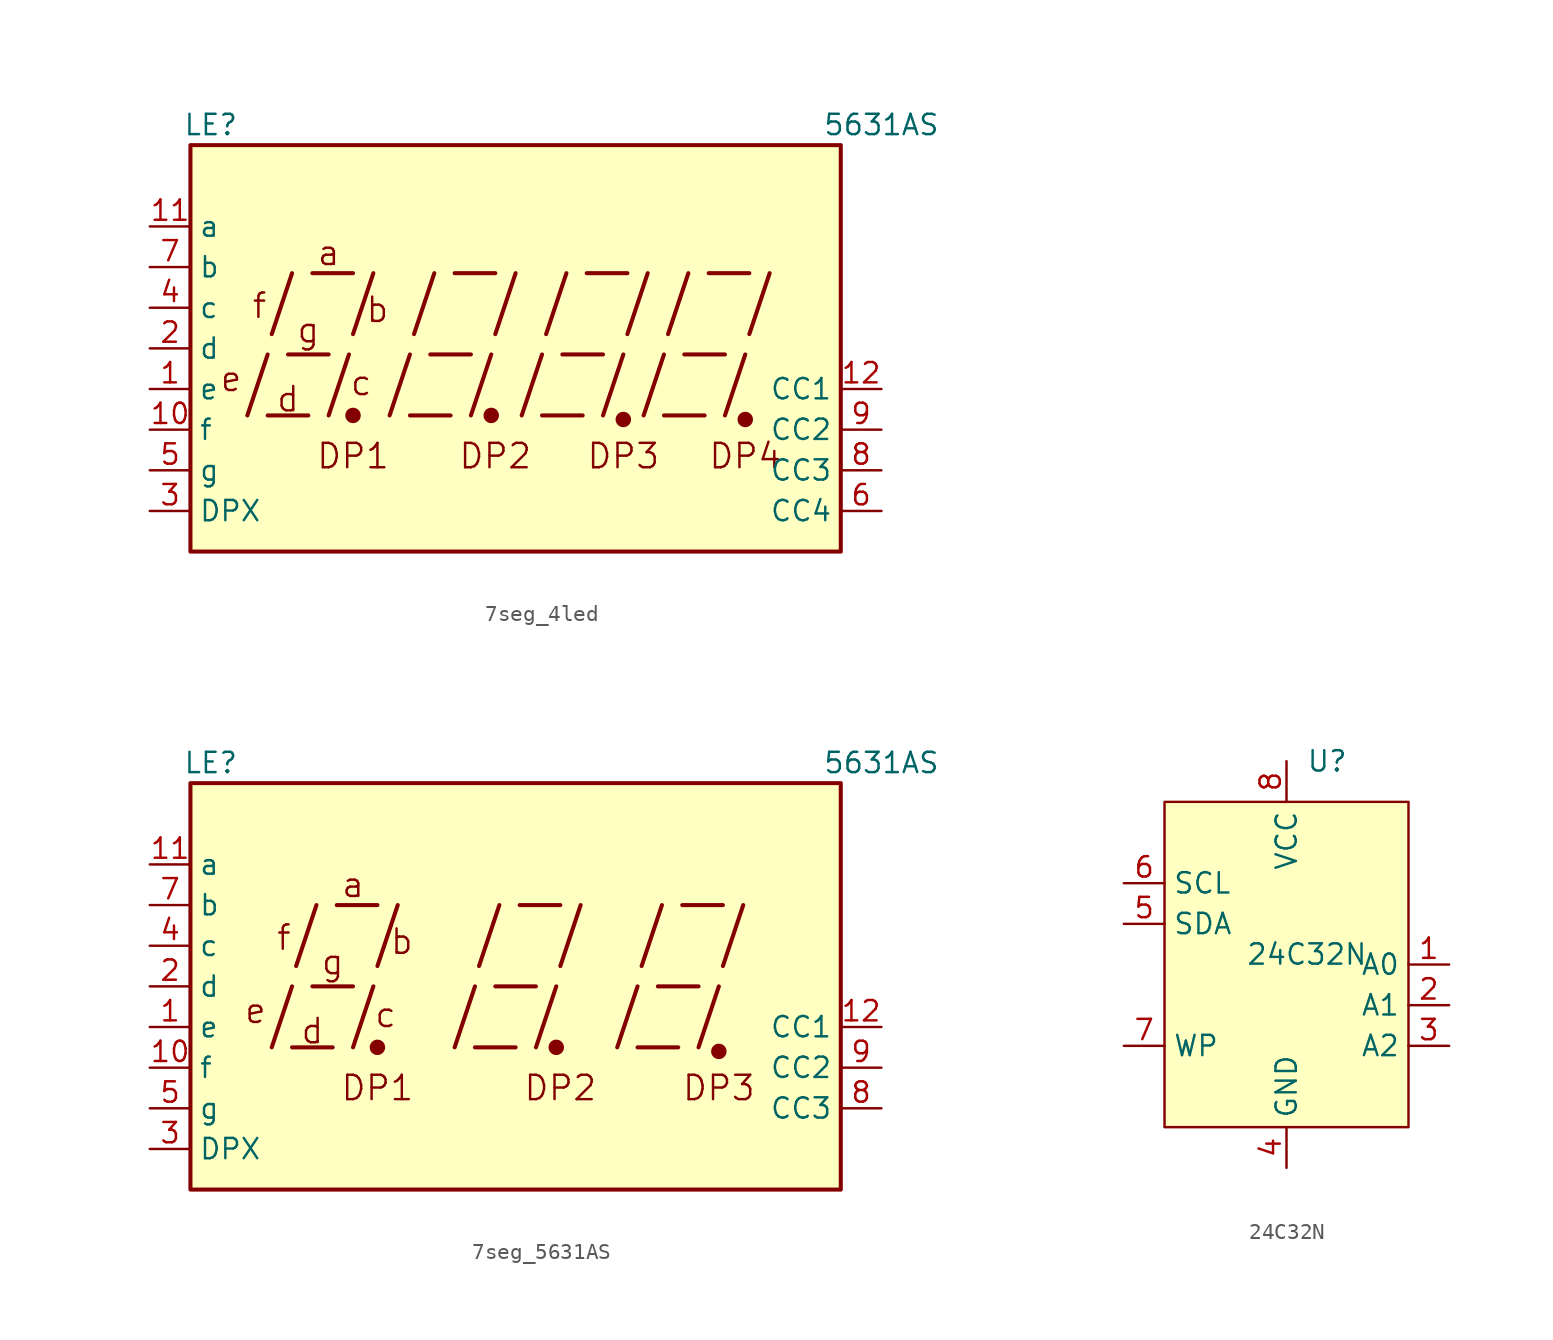
<source format=kicad_sym>
(kicad_symbol_lib
  (version 20220914)
  (generator kicad_symbol_editor)
  (symbol "7seg_4led"
    (property "Reference" "LE"
      (at -19.05 13.97 0)
      (effects (font (size 1.27 1.27))))
    (property "Value" "5631AS"
      (at 22.86 13.97 0)
      (effects (font (size 1.27 1.27))))
    (symbol "7seg_4led_0_0"
      (rectangle (start -20.32 12.7) (end 20.32 -12.7) (stroke (width 0.254) (type default)) (fill (type background)))
      (polyline (pts (xy -16.764 -4.191) (xy -15.494 -0.381)) (stroke (width 0.254) (type default)) (fill (type none)))
      (polyline (pts (xy -15.494 -4.191) (xy -12.954 -4.191)) (stroke (width 0.254) (type default)) (fill (type none)))
      (polyline (pts (xy -15.24 0.889) (xy -13.97 4.699)) (stroke (width 0.254) (type default)) (fill (type none)))
      (polyline (pts (xy -14.224 -0.381) (xy -11.684 -0.381)) (stroke (width 0.254) (type default)) (fill (type none)))
      (polyline (pts (xy -12.7 4.699) (xy -10.16 4.699)) (stroke (width 0.254) (type default)) (fill (type none)))
      (polyline (pts (xy -11.684 -4.191) (xy -10.414 -0.381)) (stroke (width 0.254) (type default)) (fill (type none)))
      (polyline (pts (xy -10.16 0.889) (xy -8.89 4.699)) (stroke (width 0.254) (type default)) (fill (type none)))
      (polyline (pts (xy -7.874 -4.191) (xy -6.604 -0.381)) (stroke (width 0.254) (type default)) (fill (type none)))
      (polyline (pts (xy -6.604 -4.191) (xy -4.064 -4.191)) (stroke (width 0.254) (type default)) (fill (type none)))
      (polyline (pts (xy -6.35 0.889) (xy -5.08 4.699)) (stroke (width 0.254) (type default)) (fill (type none)))
      (polyline (pts (xy -5.334 -0.381) (xy -2.794 -0.381)) (stroke (width 0.254) (type default)) (fill (type none)))
      (polyline (pts (xy -3.81 4.699) (xy -1.27 4.699)) (stroke (width 0.254) (type default)) (fill (type none)))
      (polyline (pts (xy -2.794 -4.191) (xy -1.524 -0.381)) (stroke (width 0.254) (type default)) (fill (type none)))
      (polyline (pts (xy -1.27 0.889) (xy 0 4.699)) (stroke (width 0.254) (type default)) (fill (type none)))
      (polyline (pts (xy 0.381 -4.191) (xy 1.651 -0.381)) (stroke (width 0.254) (type default)) (fill (type none)))
      (polyline (pts (xy 1.651 -4.191) (xy 4.191 -4.191)) (stroke (width 0.254) (type default)) (fill (type none)))
      (polyline (pts (xy 1.905 0.889) (xy 3.175 4.699)) (stroke (width 0.254) (type default)) (fill (type none)))
      (polyline (pts (xy 2.921 -0.381) (xy 5.461 -0.381)) (stroke (width 0.254) (type default)) (fill (type none)))
      (polyline (pts (xy 4.445 4.699) (xy 6.985 4.699)) (stroke (width 0.254) (type default)) (fill (type none)))
      (polyline (pts (xy 5.461 -4.191) (xy 6.731 -0.381)) (stroke (width 0.254) (type default)) (fill (type none)))
      (polyline (pts (xy 6.985 0.889) (xy 8.255 4.699)) (stroke (width 0.254) (type default)) (fill (type none)))
      (polyline (pts (xy 8.001 -4.191) (xy 9.271 -0.381)) (stroke (width 0.254) (type default)) (fill (type none)))
      (polyline (pts (xy 9.271 -4.191) (xy 11.811 -4.191)) (stroke (width 0.254) (type default)) (fill (type none)))
      (polyline (pts (xy 9.525 0.889) (xy 10.795 4.699)) (stroke (width 0.254) (type default)) (fill (type none)))
      (polyline (pts (xy 10.541 -0.381) (xy 13.081 -0.381)) (stroke (width 0.254) (type default)) (fill (type none)))
      (polyline (pts (xy 12.065 4.699) (xy 14.605 4.699)) (stroke (width 0.254) (type default)) (fill (type none)))
      (polyline (pts (xy 13.081 -4.191) (xy 14.351 -0.381)) (stroke (width 0.254) (type default)) (fill (type none)))
      (polyline (pts (xy 14.605 0.889) (xy 15.875 4.699)) (stroke (width 0.254) (type default)) (fill (type none)))
      (text "a" (at -11.684 5.969 0) (effects (font (size 1.524 1.524))))
      (text "b" (at -8.636 2.413 0) (effects (font (size 1.524 1.524))))
      (text "c" (at -9.652 -2.159 0) (effects (font (size 1.524 1.524))))
      (text "d" (at -14.224 -3.175 0) (effects (font (size 1.524 1.524))))
      (text "DP1" (at -10.16 -6.731 0) (effects (font (size 1.524 1.524))))
      (text "DP2" (at -1.27 -6.731 0) (effects (font (size 1.524 1.524))))
      (text "DP3" (at 6.731 -6.731 0) (effects (font (size 1.524 1.524))))
      (text "e" (at -17.78 -1.905 0) (effects (font (size 1.524 1.524))))
      (text "f" (at -16.002 2.667 0) (effects (font (size 1.524 1.524))))
      (text "g" (at -12.954 1.143 0) (effects (font (size 1.524 1.524)))))
    (symbol "7seg_4led_0_1"
      (circle (center -10.16 -4.191) (radius 0.356) (stroke (width 0.254) (type default)) (fill (type outline)))
      (circle (center -1.524 -4.191) (radius 0.356) (stroke (width 0.254) (type default)) (fill (type outline))))
    (symbol "7seg_4led_1_0"
      (circle (center 6.731 -4.445) (radius 0.356) (stroke (width 0.254) (type default)) (fill (type outline)))
      (circle (center 14.351 -4.445) (radius 0.356) (stroke (width 0.254) (type default)) (fill (type outline)))
      (text "DP4" (at 14.351 -6.731 0) (effects (font (size 1.524 1.524)))))
    (symbol "7seg_4led_1_1"
      (pin input line (at -22.86 -2.54 0) (length 2.54) (name "e" (effects (font (size 1.27 1.27)))) (number "1" (effects (font (size 1.27 1.27)))))
      (pin input line (at -22.86 -5.08 0) (length 2.54) (name "f" (effects (font (size 1.27 1.27)))) (number "10" (effects (font (size 1.27 1.27)))))
      (pin input line (at -22.86 7.62 0) (length 2.54) (name "a" (effects (font (size 1.27 1.27)))) (number "11" (effects (font (size 1.27 1.27)))))
      (pin input line (at 22.86 -2.54 180) (length 2.54) (name "CC1" (effects (font (size 1.27 1.27)))) (number "12" (effects (font (size 1.27 1.27)))))
      (pin input line (at -22.86 0 0) (length 2.54) (name "d" (effects (font (size 1.27 1.27)))) (number "2" (effects (font (size 1.27 1.27)))))
      (pin input line (at -22.86 -10.16 0) (length 2.54) (name "DPX" (effects (font (size 1.27 1.27)))) (number "3" (effects (font (size 1.27 1.27)))))
      (pin input line (at -22.86 2.54 0) (length 2.54) (name "c" (effects (font (size 1.27 1.27)))) (number "4" (effects (font (size 1.27 1.27)))))
      (pin input line (at -22.86 -7.62 0) (length 2.54) (name "g" (effects (font (size 1.27 1.27)))) (number "5" (effects (font (size 1.27 1.27)))))
      (pin input line (at 22.86 -10.16 180) (length 2.54) (name "CC4" (effects (font (size 1.27 1.27)))) (number "6" (effects (font (size 1.27 1.27)))))
      (pin input line (at -22.86 5.08 0) (length 2.54) (name "b" (effects (font (size 1.27 1.27)))) (number "7" (effects (font (size 1.27 1.27)))))
      (pin input line (at 22.86 -7.62 180) (length 2.54) (name "CC3" (effects (font (size 1.27 1.27)))) (number "8" (effects (font (size 1.27 1.27)))))
      (pin input line (at 22.86 -5.08 180) (length 2.54) (name "CC2" (effects (font (size 1.27 1.27)))) (number "9" (effects (font (size 1.27 1.27)))))))
  (symbol "7seg_5631AS"
    (property "Reference" "LE"
      (at -19.05 13.97 0)
      (effects (font (size 1.27 1.27))))
    (property "Value" "5631AS"
      (at 22.86 13.97 0)
      (effects (font (size 1.27 1.27))))
    (symbol "7seg_5631AS_0_0"
      (rectangle (start -20.32 12.7) (end 20.32 -12.7) (stroke (width 0.254) (type default)) (fill (type background)))
      (polyline (pts (xy -15.24 -3.81) (xy -13.97 0)) (stroke (width 0.254) (type default)) (fill (type none)))
      (polyline (pts (xy -13.97 -3.81) (xy -11.43 -3.81)) (stroke (width 0.254) (type default)) (fill (type none)))
      (polyline (pts (xy -13.716 1.27) (xy -12.446 5.08)) (stroke (width 0.254) (type default)) (fill (type none)))
      (polyline (pts (xy -12.7 0) (xy -10.16 0)) (stroke (width 0.254) (type default)) (fill (type none)))
      (polyline (pts (xy -11.176 5.08) (xy -8.636 5.08)) (stroke (width 0.254) (type default)) (fill (type none)))
      (polyline (pts (xy -10.16 -3.81) (xy -8.89 0)) (stroke (width 0.254) (type default)) (fill (type none)))
      (polyline (pts (xy -8.636 1.27) (xy -7.366 5.08)) (stroke (width 0.254) (type default)) (fill (type none)))
      (polyline (pts (xy -3.81 -3.81) (xy -2.54 0)) (stroke (width 0.254) (type default)) (fill (type none)))
      (polyline (pts (xy -2.54 -3.81) (xy 0 -3.81)) (stroke (width 0.254) (type default)) (fill (type none)))
      (polyline (pts (xy -2.286 1.27) (xy -1.016 5.08)) (stroke (width 0.254) (type default)) (fill (type none)))
      (polyline (pts (xy -1.27 0) (xy 1.27 0)) (stroke (width 0.254) (type default)) (fill (type none)))
      (polyline (pts (xy 0.254 5.08) (xy 2.794 5.08)) (stroke (width 0.254) (type default)) (fill (type none)))
      (polyline (pts (xy 1.27 -3.81) (xy 2.54 0)) (stroke (width 0.254) (type default)) (fill (type none)))
      (polyline (pts (xy 2.794 1.27) (xy 4.064 5.08)) (stroke (width 0.254) (type default)) (fill (type none)))
      (polyline (pts (xy 6.35 -3.81) (xy 7.62 0)) (stroke (width 0.254) (type default)) (fill (type none)))
      (polyline (pts (xy 7.62 -3.81) (xy 10.16 -3.81)) (stroke (width 0.254) (type default)) (fill (type none)))
      (polyline (pts (xy 7.874 1.27) (xy 9.144 5.08)) (stroke (width 0.254) (type default)) (fill (type none)))
      (polyline (pts (xy 8.89 0) (xy 11.43 0)) (stroke (width 0.254) (type default)) (fill (type none)))
      (polyline (pts (xy 10.414 5.08) (xy 12.954 5.08)) (stroke (width 0.254) (type default)) (fill (type none)))
      (polyline (pts (xy 11.43 -3.81) (xy 12.7 0)) (stroke (width 0.254) (type default)) (fill (type none)))
      (polyline (pts (xy 12.954 1.27) (xy 14.224 5.08)) (stroke (width 0.254) (type default)) (fill (type none)))
      (text "a" (at -10.16 6.35 0) (effects (font (size 1.524 1.524))))
      (text "b" (at -7.112 2.794 0) (effects (font (size 1.524 1.524))))
      (text "c" (at -8.128 -1.778 0) (effects (font (size 1.524 1.524))))
      (text "d" (at -12.7 -2.794 0) (effects (font (size 1.524 1.524))))
      (text "DP1" (at -8.636 -6.35 0) (effects (font (size 1.524 1.524))))
      (text "DP2" (at 2.794 -6.35 0) (effects (font (size 1.524 1.524))))
      (text "DP3" (at 12.7 -6.35 0) (effects (font (size 1.524 1.524))))
      (text "e" (at -16.256 -1.524 0) (effects (font (size 1.524 1.524))))
      (text "f" (at -14.478 3.048 0) (effects (font (size 1.524 1.524))))
      (text "g" (at -11.43 1.524 0) (effects (font (size 1.524 1.524)))))
    (symbol "7seg_5631AS_0_1"
      (circle (center -8.636 -3.81) (radius 0.356) (stroke (width 0.254) (type default)) (fill (type outline)))
      (circle (center 2.54 -3.81) (radius 0.356) (stroke (width 0.254) (type default)) (fill (type outline))))
    (symbol "7seg_5631AS_1_0"
      (circle (center 12.7 -4.064) (radius 0.356) (stroke (width 0.254) (type default)) (fill (type outline))))
    (symbol "7seg_5631AS_1_1"
      (pin input line (at -22.86 -2.54 0) (length 2.54) (name "e" (effects (font (size 1.27 1.27)))) (number "1" (effects (font (size 1.27 1.27)))))
      (pin input line (at -22.86 -5.08 0) (length 2.54) (name "f" (effects (font (size 1.27 1.27)))) (number "10" (effects (font (size 1.27 1.27)))))
      (pin input line (at -22.86 7.62 0) (length 2.54) (name "a" (effects (font (size 1.27 1.27)))) (number "11" (effects (font (size 1.27 1.27)))))
      (pin input line (at 22.86 -2.54 180) (length 2.54) (name "CC1" (effects (font (size 1.27 1.27)))) (number "12" (effects (font (size 1.27 1.27)))))
      (pin input line (at -22.86 0 0) (length 2.54) (name "d" (effects (font (size 1.27 1.27)))) (number "2" (effects (font (size 1.27 1.27)))))
      (pin input line (at -22.86 -10.16 0) (length 2.54) (name "DPX" (effects (font (size 1.27 1.27)))) (number "3" (effects (font (size 1.27 1.27)))))
      (pin input line (at -22.86 2.54 0) (length 2.54) (name "c" (effects (font (size 1.27 1.27)))) (number "4" (effects (font (size 1.27 1.27)))))
      (pin input line (at -22.86 -7.62 0) (length 2.54) (name "g" (effects (font (size 1.27 1.27)))) (number "5" (effects (font (size 1.27 1.27)))))
      (pin input line (at -22.86 5.08 0) (length 2.54) (name "b" (effects (font (size 1.27 1.27)))) (number "7" (effects (font (size 1.27 1.27)))))
      (pin input line (at 22.86 -7.62 180) (length 2.54) (name "CC3" (effects (font (size 1.27 1.27)))) (number "8" (effects (font (size 1.27 1.27)))))
      (pin input line (at 22.86 -5.08 180) (length 2.54) (name "CC2" (effects (font (size 1.27 1.27)))) (number "9" (effects (font (size 1.27 1.27)))))))
  (symbol "24C32N"
    (property "Reference" "U"
      (at 2.54 12.7 0)
      (effects (font (size 1.27 1.27))))
    (property "Value" "24C32N"
      (at 1.27 0.635 0)
      (effects (font (size 1.27 1.27))))
    (symbol "24C32N_1_1"
      (rectangle (start -7.62 10.16) (end 7.62 -10.16) (stroke (width 0) (type default)) (fill (type background)))
      (pin input line (at 10.16 0 180) (length 2.54) (name "A0" (effects (font (size 1.27 1.27)))) (number "1" (effects (font (size 1.27 1.27)))))
      (pin input line (at 10.16 -2.54 180) (length 2.54) (name "A1" (effects (font (size 1.27 1.27)))) (number "2" (effects (font (size 1.27 1.27)))))
      (pin input line (at 10.16 -5.08 180) (length 2.54) (name "A2" (effects (font (size 1.27 1.27)))) (number "3" (effects (font (size 1.27 1.27)))))
      (pin power_in line (at 0 -12.7 90) (length 2.54) (name "GND" (effects (font (size 1.27 1.27)))) (number "4" (effects (font (size 1.27 1.27)))))
      (pin bidirectional line (at -10.16 2.54 0) (length 2.54) (name "SDA" (effects (font (size 1.27 1.27)))) (number "5" (effects (font (size 1.27 1.27)))))
      (pin input line (at -10.16 5.08 0) (length 2.54) (name "SCL" (effects (font (size 1.27 1.27)))) (number "6" (effects (font (size 1.27 1.27)))))
      (pin input line (at -10.16 -5.08 0) (length 2.54) (name "WP" (effects (font (size 1.27 1.27)))) (number "7" (effects (font (size 1.27 1.27)))))
      (pin power_in line (at 0 12.7 270) (length 2.54) (name "VCC" (effects (font (size 1.27 1.27)))) (number "8" (effects (font (size 1.27 1.27))))))))
</source>
